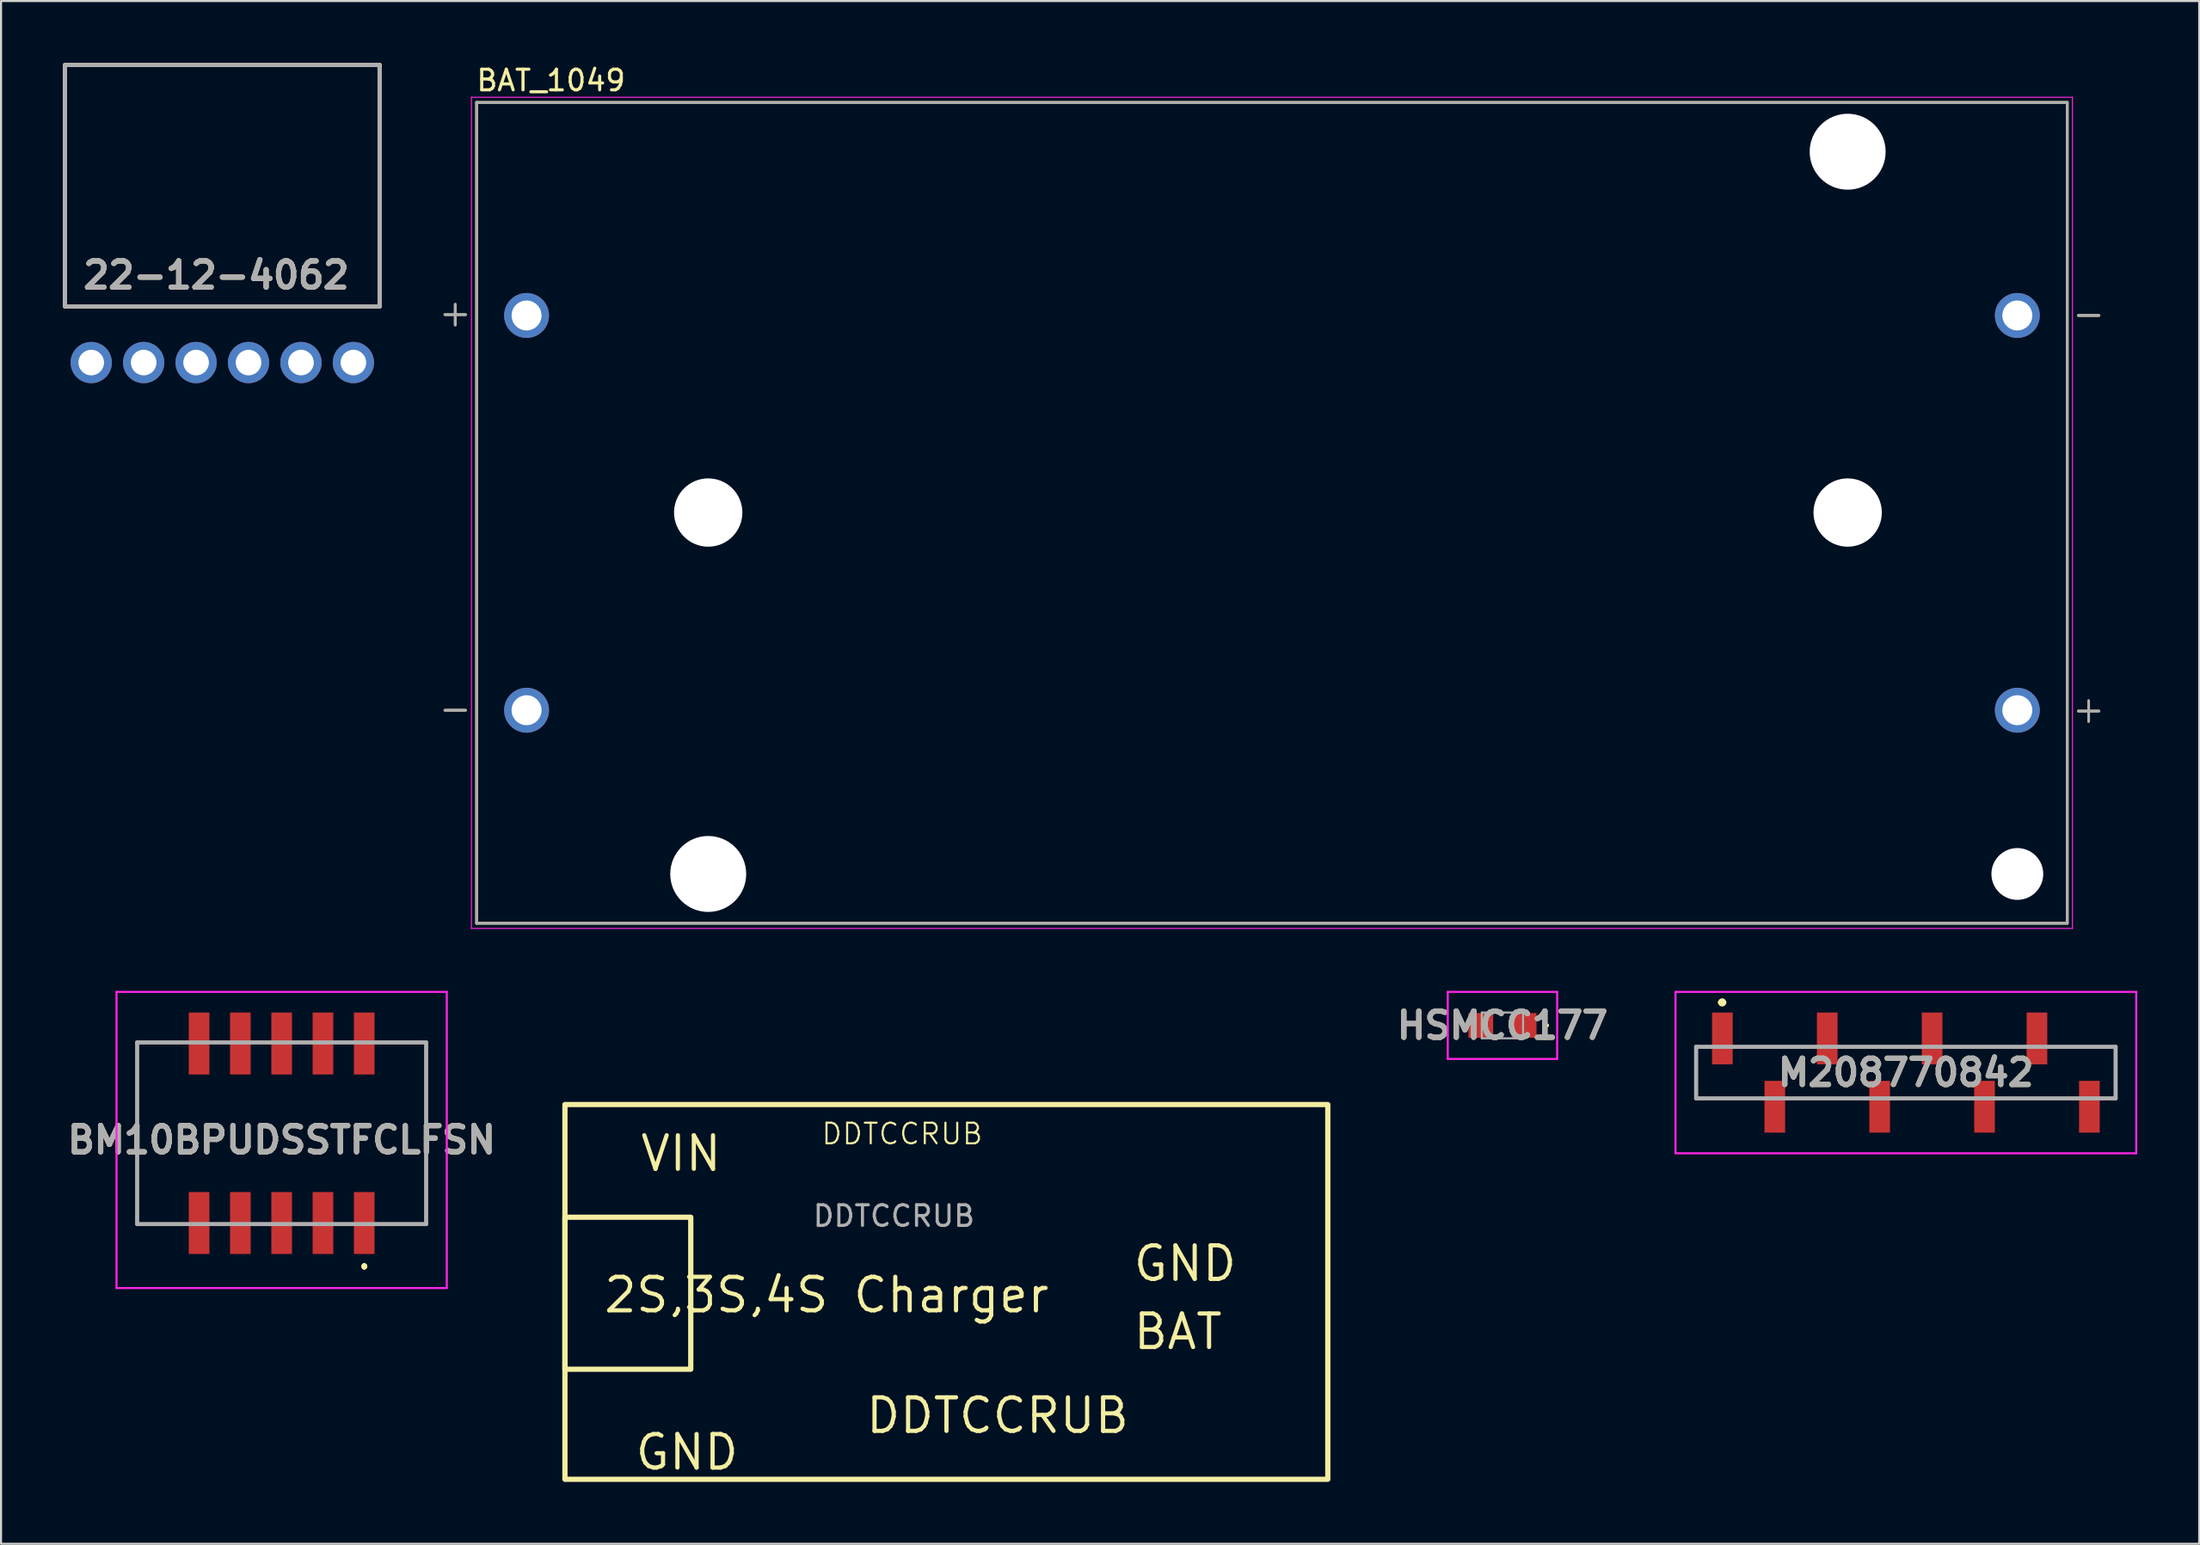
<source format=kicad_pcb>
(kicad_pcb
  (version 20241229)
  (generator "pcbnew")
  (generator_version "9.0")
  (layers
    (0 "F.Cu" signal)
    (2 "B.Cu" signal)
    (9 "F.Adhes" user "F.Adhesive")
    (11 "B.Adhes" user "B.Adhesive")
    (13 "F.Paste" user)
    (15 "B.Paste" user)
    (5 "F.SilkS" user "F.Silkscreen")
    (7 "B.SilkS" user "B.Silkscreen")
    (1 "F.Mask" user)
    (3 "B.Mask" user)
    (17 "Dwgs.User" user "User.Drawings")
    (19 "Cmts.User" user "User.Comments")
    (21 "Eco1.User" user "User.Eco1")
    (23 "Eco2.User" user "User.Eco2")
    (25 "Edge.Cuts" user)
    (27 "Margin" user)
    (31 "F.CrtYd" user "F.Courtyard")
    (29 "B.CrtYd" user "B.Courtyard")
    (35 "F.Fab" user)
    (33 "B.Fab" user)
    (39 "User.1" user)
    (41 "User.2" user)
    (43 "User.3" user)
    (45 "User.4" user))
  (footprint "HSMCC177"
    (layer "F.Cu")
    (at 69.736 46.643)
    (property "Reference" "HSMCC177" (at 0 0 0) (layer "F.SilkS") (effects (font (size 1.27 1.27) (thickness 0.254))))
    (attr smd)
    (fp_line (start 2.1 0) (end 2.1 0) (stroke (width 0.1) (type solid)) (layer "F.SilkS"))
    (fp_line (start 2.2 0) (end 2.2 0) (stroke (width 0.1) (type solid)) (layer "F.SilkS"))
    (fp_arc (start 2.1 0) (mid 2.15 -0.05) (end 2.2 0) (stroke (width 0.1) (type solid)) (layer "F.SilkS"))
    (fp_arc (start 2.2 0) (mid 2.15 0.05) (end 2.1 0) (stroke (width 0.1) (type solid)) (layer "F.SilkS"))
    (fp_line (start -2.65 -1.625) (end 2.65 -1.625) (stroke (width 0.1) (type solid)) (layer "F.CrtYd"))
    (fp_line (start -2.65 1.625) (end -2.65 -1.625) (stroke (width 0.1) (type solid)) (layer "F.CrtYd"))
    (fp_line (start 2.65 -1.625) (end 2.65 1.625) (stroke (width 0.1) (type solid)) (layer "F.CrtYd"))
    (fp_line (start 2.65 1.625) (end -2.65 1.625) (stroke (width 0.1) (type solid)) (layer "F.CrtYd"))
    (fp_line (start -1 -0.625) (end -1 0.625) (stroke (width 0.1) (type solid)) (layer "F.Fab"))
    (fp_line (start -1 0.625) (end 1 0.625) (stroke (width 0.1) (type solid)) (layer "F.Fab"))
    (fp_line (start 1 -0.625) (end -1 -0.625) (stroke (width 0.1) (type solid)) (layer "F.Fab"))
    (fp_line (start 1 0.625) (end 1 -0.625) (stroke (width 0.1) (type solid)) (layer "F.Fab"))
    (fp_text user "${REFERENCE}" (at 0 0 0) (layer "F.Fab") (effects (font (size 1.27 1.27) (thickness 0.254))))
    (pad "1" smd rect (at 1.05 0 90) (size 1.2 1.2) (layers "F.Cu" "F.Mask" "F.Paste"))
    (pad "2" smd rect (at -1.05 0 90) (size 1.2 1.2) (layers "F.Cu" "F.Mask" "F.Paste")))
  (footprint "M208770842"
    (layer "F.Cu")
    (at 89.28 48.928)
    (property "Reference" "M208770842" (at 0 0 0) (layer "F.SilkS") (effects (font (size 1.27 1.27) (thickness 0.254))))
    (attr smd)
    (fp_line (start -10.16 -1.25) (end -10.16 1.25) (stroke (width 0.1) (type solid)) (layer "F.SilkS"))
    (fp_line (start -10.16 1.25) (end -7.62 1.25) (stroke (width 0.1) (type solid)) (layer "F.SilkS"))
    (fp_line (start -9 -3.4) (end -9 -3.4) (stroke (width 0.2) (type solid)) (layer "F.SilkS"))
    (fp_line (start -8.8 -3.4) (end -8.8 -3.4) (stroke (width 0.2) (type solid)) (layer "F.SilkS"))
    (fp_line (start 7.62 -1.25) (end 10.16 -1.25) (stroke (width 0.1) (type solid)) (layer "F.SilkS"))
    (fp_line (start 10.16 -1.25) (end 10.16 1.25) (stroke (width 0.1) (type solid)) (layer "F.SilkS"))
    (fp_arc (start -9 -3.4) (mid -8.9 -3.5) (end -8.8 -3.4) (stroke (width 0.2) (type solid)) (layer "F.SilkS"))
    (fp_arc (start -8.8 -3.4) (mid -8.9 -3.3) (end -9 -3.4) (stroke (width 0.2) (type solid)) (layer "F.SilkS"))
    (fp_line (start -11.16 -3.91) (end 11.16 -3.91) (stroke (width 0.1) (type solid)) (layer "F.CrtYd"))
    (fp_line (start -11.16 3.91) (end -11.16 -3.91) (stroke (width 0.1) (type solid)) (layer "F.CrtYd"))
    (fp_line (start 11.16 -3.91) (end 11.16 3.91) (stroke (width 0.1) (type solid)) (layer "F.CrtYd"))
    (fp_line (start 11.16 3.91) (end -11.16 3.91) (stroke (width 0.1) (type solid)) (layer "F.CrtYd"))
    (fp_line (start -10.16 -1.25) (end 10.16 -1.25) (stroke (width 0.2) (type solid)) (layer "F.Fab"))
    (fp_line (start -10.16 1.25) (end -10.16 -1.25) (stroke (width 0.2) (type solid)) (layer "F.Fab"))
    (fp_line (start 10.16 -1.25) (end 10.16 1.25) (stroke (width 0.2) (type solid)) (layer "F.Fab"))
    (fp_line (start 10.16 1.25) (end -10.16 1.25) (stroke (width 0.2) (type solid)) (layer "F.Fab"))
    (fp_text user "${REFERENCE}" (at 0 0 0) (layer "F.Fab") (effects (font (size 1.27 1.27) (thickness 0.254))))
    (pad "1" smd rect (at -8.89 -1.655) (size 1 2.51) (layers "F.Cu" "F.Mask" "F.Paste"))
    (pad "2" smd rect (at -6.35 1.655) (size 1 2.51) (layers "F.Cu" "F.Mask" "F.Paste"))
    (pad "3" smd rect (at -3.81 -1.655) (size 1 2.51) (layers "F.Cu" "F.Mask" "F.Paste"))
    (pad "4" smd rect (at -1.27 1.655) (size 1 2.51) (layers "F.Cu" "F.Mask" "F.Paste"))
    (pad "5" smd rect (at 1.27 -1.655) (size 1 2.51) (layers "F.Cu" "F.Mask" "F.Paste"))
    (pad "6" smd rect (at 3.81 1.655) (size 1 2.51) (layers "F.Cu" "F.Mask" "F.Paste"))
    (pad "7" smd rect (at 6.35 -1.655) (size 1 2.51) (layers "F.Cu" "F.Mask" "F.Paste"))
    (pad "8" smd rect (at 8.89 1.655) (size 1 2.51) (layers "F.Cu" "F.Mask" "F.Paste")))
  (footprint "DDTCCRUB"
    (layer "F.Cu")
    (at 39.846 45.218)
    (property "Reference" "DDTCCRUB" (at 0.81 6.68 0) (unlocked yes) (layer "F.SilkS") (effects (font (size 1 1) (thickness 0.1))))
    (attr smd)
    (fp_rect (start -15.528 5.258) (end 21.429 23.419) (stroke (width 0.254) (type default)) (fill no) (layer "F.SilkS"))
    (fp_rect (start -15.528 10.719) (end -9.432 18.085) (stroke (width 0.254) (type default)) (fill no) (layer "F.SilkS"))
    (fp_text user "2S,3S,4S Charger" (at -13.75 13.538 0) (unlocked yes) (layer "F.SilkS") (effects (font (size 1.626 1.626) (thickness 0.203)) (justify left top)))
    (fp_text user "GND" (at 11.904 12.014 0) (unlocked yes) (layer "F.SilkS") (effects (font (size 1.626 1.626) (thickness 0.203)) (justify left top)))
    (fp_text user "DDTCCRUB" (at -1.05 19.38 0) (unlocked yes) (layer "F.SilkS") (effects (font (size 1.626 1.626) (thickness 0.203)) (justify left top)))
    (fp_text user "GND" (at -12.226 21.158 0) (unlocked yes) (layer "F.SilkS") (effects (font (size 1.626 1.626) (thickness 0.203)) (justify left top)))
    (fp_text user "VIN" (at -11.972 6.68 0) (unlocked yes) (layer "F.SilkS") (effects (font (size 1.626 1.626) (thickness 0.203)) (justify left top)))
    (fp_text user "BAT" (at 11.904 15.316 0) (unlocked yes) (layer "F.SilkS") (effects (font (size 1.626 1.626) (thickness 0.203)) (justify left top)))
    (fp_text user "${REFERENCE}" (at 0.41 10.66 0) (unlocked yes) (layer "F.Fab") (effects (font (size 1 1) (thickness 0.15)))))
  (footprint "BAT_1049"
    (layer "F.Cu")
    (at 58.569 21.803)
    (property "Reference" "BAT_1049" (at -34.925 -20.955 0) (layer "F.SilkS") (effects (font (size 1 1) (thickness 0.15))))
    (attr through_hole)
    (fp_line (start -40.065 9.565) (end -39.065 9.565) (stroke (width 0.127) (type solid)) (layer "F.SilkS"))
    (fp_line (start -39.565 -9.105) (end -39.565 -10.105) (stroke (width 0.127) (type solid)) (layer "F.SilkS"))
    (fp_line (start -39.065 -9.605) (end -40.065 -9.605) (stroke (width 0.127) (type solid)) (layer "F.SilkS"))
    (fp_line (start -38.53 -19.89) (end 38.53 -19.89) (stroke (width 0.127) (type solid)) (layer "F.SilkS"))
    (fp_line (start -38.53 19.89) (end -38.53 -19.89) (stroke (width 0.127) (type solid)) (layer "F.SilkS"))
    (fp_line (start 38.53 -19.89) (end 38.53 19.89) (stroke (width 0.127) (type solid)) (layer "F.SilkS"))
    (fp_line (start 38.53 19.89) (end -38.53 19.89) (stroke (width 0.127) (type solid)) (layer "F.SilkS"))
    (fp_line (start 39.065 9.605) (end 40.065 9.605) (stroke (width 0.127) (type solid)) (layer "F.SilkS"))
    (fp_line (start 39.565 9.105) (end 39.565 10.105) (stroke (width 0.127) (type solid)) (layer "F.SilkS"))
    (fp_line (start 40.065 -9.565) (end 39.065 -9.565) (stroke (width 0.127) (type solid)) (layer "F.SilkS"))
    (fp_line (start -38.78 -20.14) (end 38.78 -20.14) (stroke (width 0.05) (type solid)) (layer "F.CrtYd"))
    (fp_line (start -38.78 20.14) (end -38.78 -20.14) (stroke (width 0.05) (type solid)) (layer "F.CrtYd"))
    (fp_line (start 38.78 -20.14) (end 38.78 20.14) (stroke (width 0.05) (type solid)) (layer "F.CrtYd"))
    (fp_line (start 38.78 20.14) (end -38.78 20.14) (stroke (width 0.05) (type solid)) (layer "F.CrtYd"))
    (fp_line (start -40.065 -9.605) (end -39.065 -9.605) (stroke (width 0.127) (type solid)) (layer "F.Fab"))
    (fp_line (start -40.065 9.565) (end -39.065 9.565) (stroke (width 0.127) (type solid)) (layer "F.Fab"))
    (fp_line (start -39.565 -9.105) (end -39.565 -10.105) (stroke (width 0.127) (type solid)) (layer "F.Fab"))
    (fp_line (start -38.53 -19.89) (end 38.53 -19.89) (stroke (width 0.127) (type solid)) (layer "F.Fab"))
    (fp_line (start -38.53 19.89) (end -38.53 -19.89) (stroke (width 0.127) (type solid)) (layer "F.Fab"))
    (fp_line (start 38.53 -19.89) (end 38.53 19.89) (stroke (width 0.127) (type solid)) (layer "F.Fab"))
    (fp_line (start 38.53 19.89) (end -38.53 19.89) (stroke (width 0.127) (type solid)) (layer "F.Fab"))
    (fp_line (start 39.565 9.105) (end 39.565 10.105) (stroke (width 0.127) (type solid)) (layer "F.Fab"))
    (fp_line (start 40.065 -9.565) (end 39.065 -9.565) (stroke (width 0.127) (type solid)) (layer "F.Fab"))
    (fp_line (start 40.065 9.605) (end 39.065 9.605) (stroke (width 0.127) (type solid)) (layer "F.Fab"))
    (pad "" np_thru_hole circle (at -27.31 -0.015) (size 3.31 3.31) (drill 3.31) (layers "*.Cu" "*.Mask"))
    (pad "" np_thru_hole circle (at -27.31 17.5) (size 3.68 3.68) (drill 3.68) (layers "*.Cu" "*.Mask"))
    (pad "" np_thru_hole circle (at 27.89 -17.5) (size 3.68 3.68) (drill 3.68) (layers "*.Cu" "*.Mask"))
    (pad "" np_thru_hole circle (at 27.89 -0.015) (size 3.31 3.31) (drill 3.31) (layers "*.Cu" "*.Mask"))
    (pad "" np_thru_hole circle (at 36.11 17.5) (size 2.51 2.51) (drill 2.51) (layers "*.Cu" "*.Mask"))
    (pad "N1" thru_hole circle (at 36.11 -9.565) (size 2.175 2.175) (drill 1.45) (layers "*.Cu" "*.Mask"))
    (pad "N2" thru_hole circle (at -36.11 9.565) (size 2.175 2.175) (drill 1.45) (layers "*.Cu" "*.Mask"))
    (pad "P1" thru_hole circle (at -36.11 -9.565) (size 2.175 2.175) (drill 1.45) (layers "*.Cu" "*.Mask"))
    (pad "P2" thru_hole circle (at 36.11 9.565) (size 2.175 2.175) (drill 1.45) (layers "*.Cu" "*.Mask")))
  (footprint "BM10BPUDSSTFCLFSN"
    (layer "F.Cu")
    (at 10.595 51.868)
    (property "Reference" "BM10BPUDSSTFCLFSN" (at 0 0.325 0) (layer "F.SilkS") (effects (font (size 1.27 1.27) (thickness 0.254))))
    (attr smd)
    (fp_line (start -7 -4.4) (end -7 -4.4) (stroke (width 0.1) (type solid)) (layer "F.SilkS"))
    (fp_line (start -7 -4.4) (end -7 -4.4) (stroke (width 0.1) (type solid)) (layer "F.SilkS"))
    (fp_line (start -7 -4.4) (end -7 4.4) (stroke (width 0.1) (type solid)) (layer "F.SilkS"))
    (fp_line (start -7 -4.4) (end -5.25 -4.4) (stroke (width 0.1) (type solid)) (layer "F.SilkS"))
    (fp_line (start -7 4.4) (end -7 -4.4) (stroke (width 0.1) (type solid)) (layer "F.SilkS"))
    (fp_line (start -7 4.4) (end -7 4.4) (stroke (width 0.1) (type solid)) (layer "F.SilkS"))
    (fp_line (start -7 4.4) (end -7 4.4) (stroke (width 0.1) (type solid)) (layer "F.SilkS"))
    (fp_line (start -7 4.4) (end -5.25 4.4) (stroke (width 0.1) (type solid)) (layer "F.SilkS"))
    (fp_line (start -5.25 -4.4) (end -7 -4.4) (stroke (width 0.1) (type solid)) (layer "F.SilkS"))
    (fp_line (start -5.25 -4.4) (end -5.25 -4.4) (stroke (width 0.1) (type solid)) (layer "F.SilkS"))
    (fp_line (start -5.25 4.4) (end -7 4.4) (stroke (width 0.1) (type solid)) (layer "F.SilkS"))
    (fp_line (start -5.25 4.4) (end -5.25 4.4) (stroke (width 0.1) (type solid)) (layer "F.SilkS"))
    (fp_line (start 4 6.4) (end 4 6.4) (stroke (width 0.2) (type solid)) (layer "F.SilkS"))
    (fp_line (start 4 6.5) (end 4 6.5) (stroke (width 0.2) (type solid)) (layer "F.SilkS"))
    (fp_line (start 4 6.5) (end 4 6.5) (stroke (width 0.2) (type solid)) (layer "F.SilkS"))
    (fp_line (start 5.25 -4.4) (end 5.25 -4.4) (stroke (width 0.1) (type solid)) (layer "F.SilkS"))
    (fp_line (start 5.25 -4.4) (end 7 -4.4) (stroke (width 0.1) (type solid)) (layer "F.SilkS"))
    (fp_line (start 5.25 4.4) (end 5.25 4.4) (stroke (width 0.1) (type solid)) (layer "F.SilkS"))
    (fp_line (start 5.25 4.4) (end 7 4.4) (stroke (width 0.1) (type solid)) (layer "F.SilkS"))
    (fp_line (start 7 -4.4) (end 5.25 -4.4) (stroke (width 0.1) (type solid)) (layer "F.SilkS"))
    (fp_line (start 7 -4.4) (end 7 -4.4) (stroke (width 0.1) (type solid)) (layer "F.SilkS"))
    (fp_line (start 7 -4.4) (end 7 -4.4) (stroke (width 0.1) (type solid)) (layer "F.SilkS"))
    (fp_line (start 7 -4.4) (end 7 4.4) (stroke (width 0.1) (type solid)) (layer "F.SilkS"))
    (fp_line (start 7 4.4) (end 5.25 4.4) (stroke (width 0.1) (type solid)) (layer "F.SilkS"))
    (fp_line (start 7 4.4) (end 7 -4.4) (stroke (width 0.1) (type solid)) (layer "F.SilkS"))
    (fp_line (start 7 4.4) (end 7 4.4) (stroke (width 0.1) (type solid)) (layer "F.SilkS"))
    (fp_line (start 7 4.4) (end 7 4.4) (stroke (width 0.1) (type solid)) (layer "F.SilkS"))
    (fp_arc (start 4 6.4) (mid 4.05 6.45) (end 4 6.5) (stroke (width 0.2) (type solid)) (layer "F.SilkS"))
    (fp_arc (start 4 6.4) (mid 4.05 6.45) (end 4 6.5) (stroke (width 0.2) (type solid)) (layer "F.SilkS"))
    (fp_arc (start 4 6.5) (mid 3.95 6.45) (end 4 6.4) (stroke (width 0.2) (type solid)) (layer "F.SilkS"))
    (fp_line (start -8 -6.85) (end 8 -6.85) (stroke (width 0.1) (type solid)) (layer "F.CrtYd"))
    (fp_line (start -8 7.5) (end -8 -6.85) (stroke (width 0.1) (type solid)) (layer "F.CrtYd"))
    (fp_line (start 8 -6.85) (end 8 7.5) (stroke (width 0.1) (type solid)) (layer "F.CrtYd"))
    (fp_line (start 8 7.5) (end -8 7.5) (stroke (width 0.1) (type solid)) (layer "F.CrtYd"))
    (fp_line (start -7 -4.4) (end -7 4.4) (stroke (width 0.2) (type solid)) (layer "F.Fab"))
    (fp_line (start -7 4.4) (end 7 4.4) (stroke (width 0.2) (type solid)) (layer "F.Fab"))
    (fp_line (start 7 -4.4) (end -7 -4.4) (stroke (width 0.2) (type solid)) (layer "F.Fab"))
    (fp_line (start 7 4.4) (end 7 -4.4) (stroke (width 0.2) (type solid)) (layer "F.Fab"))
    (fp_text user "${REFERENCE}" (at 0 0.325 0) (layer "F.Fab") (effects (font (size 1.27 1.27) (thickness 0.254))))
    (pad "1" smd rect (at 4 4.35) (size 1 3) (layers "F.Cu" "F.Mask" "F.Paste"))
    (pad "2" smd rect (at 4 -4.35) (size 1 3) (layers "F.Cu" "F.Mask" "F.Paste"))
    (pad "3" smd rect (at 2 4.35) (size 1 3) (layers "F.Cu" "F.Mask" "F.Paste"))
    (pad "4" smd rect (at 2 -4.35) (size 1 3) (layers "F.Cu" "F.Mask" "F.Paste"))
    (pad "5" smd rect (at 0 4.35) (size 1 3) (layers "F.Cu" "F.Mask" "F.Paste"))
    (pad "6" smd rect (at 0 -4.35) (size 1 3) (layers "F.Cu" "F.Mask" "F.Paste"))
    (pad "7" smd rect (at -2 4.35) (size 1 3) (layers "F.Cu" "F.Mask" "F.Paste"))
    (pad "8" smd rect (at -2 -4.35) (size 1 3) (layers "F.Cu" "F.Mask" "F.Paste"))
    (pad "9" smd rect (at -4 4.35) (size 1 3) (layers "F.Cu" "F.Mask" "F.Paste"))
    (pad "10" smd rect (at -4 -4.35) (size 1 3) (layers "F.Cu" "F.Mask" "F.Paste")))
  (footprint "22-12-4062"
    (layer "F.Cu")
    (at 7.72 11.8)
    (property "Reference" "22-12-4062" (at -0.297 -1.51 0) (layer "F.SilkS") (effects (font (size 1.27 1.27) (thickness 0.254))))
    (attr through_hole)
    (fp_line (start -7.62 -11.7) (end -7.62 0) (stroke (width 0.2) (type solid)) (layer "F.SilkS"))
    (fp_line (start -7.62 0) (end 7.62 0) (stroke (width 0.2) (type solid)) (layer "F.SilkS"))
    (fp_line (start 7.62 -11.7) (end -7.62 -11.7) (stroke (width 0.2) (type solid)) (layer "F.SilkS"))
    (fp_line (start 7.62 0) (end 7.62 -11.7) (stroke (width 0.2) (type solid)) (layer "F.SilkS"))
    (fp_line (start -7.62 -11.7) (end 7.62 -11.7) (stroke (width 0.2) (type solid)) (layer "F.Fab"))
    (fp_line (start -7.62 0) (end -7.62 -11.7) (stroke (width 0.2) (type solid)) (layer "F.Fab"))
    (fp_line (start 7.62 -11.7) (end 7.62 0) (stroke (width 0.2) (type solid)) (layer "F.Fab"))
    (fp_line (start 7.62 0) (end -7.62 0) (stroke (width 0.2) (type solid)) (layer "F.Fab"))
    (fp_text user "${REFERENCE}" (at -0.297 -1.51 0) (layer "F.Fab") (effects (font (size 1.27 1.27) (thickness 0.254))))
    (pad "1" thru_hole circle (at -6.35 2.72) (size 2 2) (drill 1.24) (layers "*.Cu" "*.Mask"))
    (pad "2" thru_hole circle (at -3.81 2.72) (size 2 2) (drill 1.24) (layers "*.Cu" "*.Mask"))
    (pad "3" thru_hole circle (at -1.27 2.72) (size 2 2) (drill 1.24) (layers "*.Cu" "*.Mask"))
    (pad "4" thru_hole circle (at 1.27 2.72) (size 2 2) (drill 1.24) (layers "*.Cu" "*.Mask"))
    (pad "5" thru_hole circle (at 3.81 2.72) (size 2 2) (drill 1.24) (layers "*.Cu" "*.Mask"))
    (pad "6" thru_hole circle (at 6.35 2.72) (size 2 2) (drill 1.24) (layers "*.Cu" "*.Mask")))
  (gr_rect
    (start -3 -3)
    (end 103.49 71.764)
    (stroke (width 0.1) (type default))
    (fill no)
    (layer "Edge.Cuts")))
</source>
